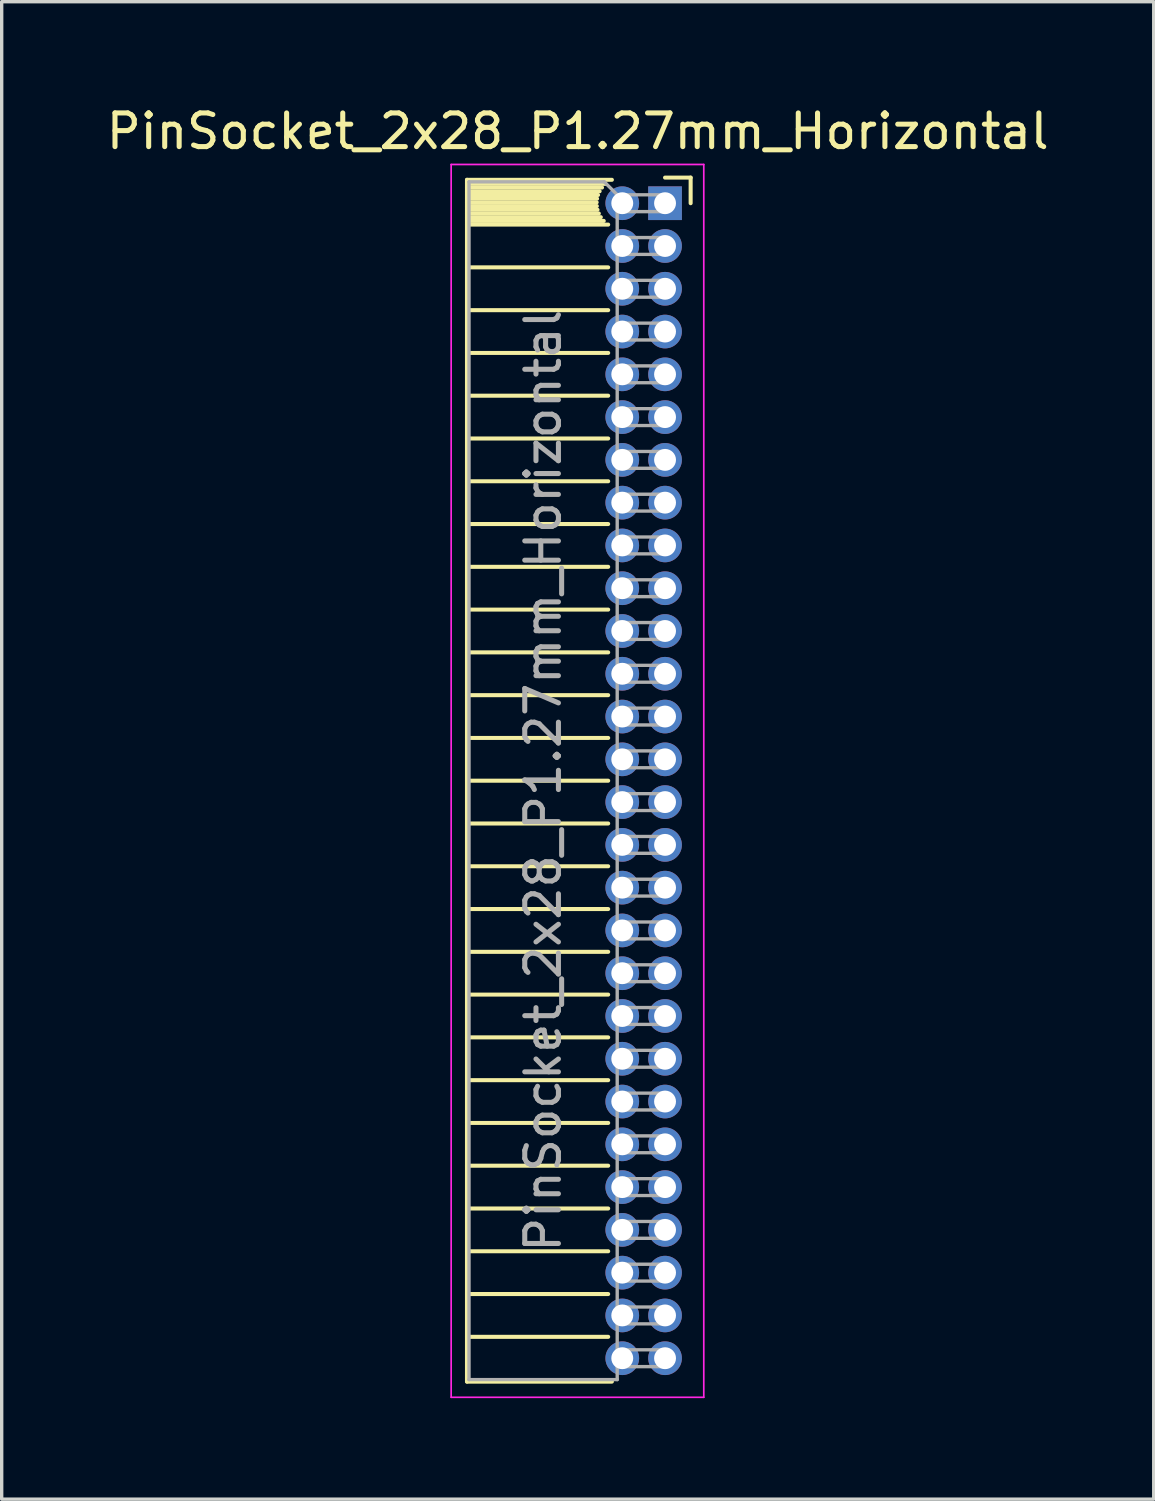
<source format=kicad_pcb>
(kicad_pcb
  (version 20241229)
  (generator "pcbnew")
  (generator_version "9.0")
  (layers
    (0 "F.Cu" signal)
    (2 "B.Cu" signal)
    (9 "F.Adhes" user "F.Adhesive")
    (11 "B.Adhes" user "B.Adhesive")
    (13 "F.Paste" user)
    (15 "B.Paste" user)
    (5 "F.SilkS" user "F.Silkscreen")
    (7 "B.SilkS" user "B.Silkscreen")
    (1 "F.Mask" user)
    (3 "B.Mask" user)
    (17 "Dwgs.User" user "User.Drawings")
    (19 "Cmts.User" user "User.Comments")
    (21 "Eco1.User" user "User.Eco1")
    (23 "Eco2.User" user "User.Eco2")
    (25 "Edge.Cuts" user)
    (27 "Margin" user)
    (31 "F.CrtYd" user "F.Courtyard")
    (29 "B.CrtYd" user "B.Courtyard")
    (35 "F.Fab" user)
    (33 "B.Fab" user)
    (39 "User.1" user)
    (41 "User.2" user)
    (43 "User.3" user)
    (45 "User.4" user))
  (footprint "PinSocket_2x28_P1.27mm_Horizontal"
    (layer "F.Cu")
    (at 16.694 2.983)
    (property "Reference" "PinSocket_2x28_P1.27mm_Horizontal" (at -2.592 -2.135 0) (layer "F.SilkS") (effects (font (size 1 1) (thickness 0.15))))
    (attr through_hole)
    (fp_line (start -5.88 -0.695) (end -5.88 34.985) (stroke (width 0.12) (type solid)) (layer "F.SilkS"))
    (fp_line (start -5.88 -0.695) (end -1.578 -0.695) (stroke (width 0.12) (type solid)) (layer "F.SilkS"))
    (fp_line (start -5.88 -0.575) (end -1.767 -0.575) (stroke (width 0.12) (type solid)) (layer "F.SilkS"))
    (fp_line (start -5.88 -0.465) (end -1.871 -0.465) (stroke (width 0.12) (type solid)) (layer "F.SilkS"))
    (fp_line (start -5.88 -0.355) (end -1.942 -0.355) (stroke (width 0.12) (type solid)) (layer "F.SilkS"))
    (fp_line (start -5.88 -0.245) (end -1.989 -0.245) (stroke (width 0.12) (type solid)) (layer "F.SilkS"))
    (fp_line (start -5.88 -0.135) (end -2.018 -0.135) (stroke (width 0.12) (type solid)) (layer "F.SilkS"))
    (fp_line (start -5.88 -0.025) (end -2.03 -0.025) (stroke (width 0.12) (type solid)) (layer "F.SilkS"))
    (fp_line (start -5.88 0.085) (end -2.025 0.085) (stroke (width 0.12) (type solid)) (layer "F.SilkS"))
    (fp_line (start -5.88 0.195) (end -2.005 0.195) (stroke (width 0.12) (type solid)) (layer "F.SilkS"))
    (fp_line (start -5.88 0.305) (end -1.966 0.305) (stroke (width 0.12) (type solid)) (layer "F.SilkS"))
    (fp_line (start -5.88 0.415) (end -1.907 0.415) (stroke (width 0.12) (type solid)) (layer "F.SilkS"))
    (fp_line (start -5.88 0.525) (end -1.82 0.525) (stroke (width 0.12) (type solid)) (layer "F.SilkS"))
    (fp_line (start -5.88 0.635) (end -1.688 0.635) (stroke (width 0.12) (type solid)) (layer "F.SilkS"))
    (fp_line (start -5.88 1.905) (end -1.688 1.905) (stroke (width 0.12) (type solid)) (layer "F.SilkS"))
    (fp_line (start -5.88 3.175) (end -1.688 3.175) (stroke (width 0.12) (type solid)) (layer "F.SilkS"))
    (fp_line (start -5.88 4.445) (end -1.688 4.445) (stroke (width 0.12) (type solid)) (layer "F.SilkS"))
    (fp_line (start -5.88 5.715) (end -1.688 5.715) (stroke (width 0.12) (type solid)) (layer "F.SilkS"))
    (fp_line (start -5.88 6.985) (end -1.688 6.985) (stroke (width 0.12) (type solid)) (layer "F.SilkS"))
    (fp_line (start -5.88 8.255) (end -1.688 8.255) (stroke (width 0.12) (type solid)) (layer "F.SilkS"))
    (fp_line (start -5.88 9.525) (end -1.688 9.525) (stroke (width 0.12) (type solid)) (layer "F.SilkS"))
    (fp_line (start -5.88 10.795) (end -1.688 10.795) (stroke (width 0.12) (type solid)) (layer "F.SilkS"))
    (fp_line (start -5.88 12.065) (end -1.688 12.065) (stroke (width 0.12) (type solid)) (layer "F.SilkS"))
    (fp_line (start -5.88 13.335) (end -1.688 13.335) (stroke (width 0.12) (type solid)) (layer "F.SilkS"))
    (fp_line (start -5.88 14.605) (end -1.688 14.605) (stroke (width 0.12) (type solid)) (layer "F.SilkS"))
    (fp_line (start -5.88 15.875) (end -1.688 15.875) (stroke (width 0.12) (type solid)) (layer "F.SilkS"))
    (fp_line (start -5.88 17.145) (end -1.688 17.145) (stroke (width 0.12) (type solid)) (layer "F.SilkS"))
    (fp_line (start -5.88 18.415) (end -1.688 18.415) (stroke (width 0.12) (type solid)) (layer "F.SilkS"))
    (fp_line (start -5.88 19.685) (end -1.688 19.685) (stroke (width 0.12) (type solid)) (layer "F.SilkS"))
    (fp_line (start -5.88 20.955) (end -1.688 20.955) (stroke (width 0.12) (type solid)) (layer "F.SilkS"))
    (fp_line (start -5.88 22.225) (end -1.688 22.225) (stroke (width 0.12) (type solid)) (layer "F.SilkS"))
    (fp_line (start -5.88 23.495) (end -1.688 23.495) (stroke (width 0.12) (type solid)) (layer "F.SilkS"))
    (fp_line (start -5.88 24.765) (end -1.688 24.765) (stroke (width 0.12) (type solid)) (layer "F.SilkS"))
    (fp_line (start -5.88 26.035) (end -1.688 26.035) (stroke (width 0.12) (type solid)) (layer "F.SilkS"))
    (fp_line (start -5.88 27.305) (end -1.688 27.305) (stroke (width 0.12) (type solid)) (layer "F.SilkS"))
    (fp_line (start -5.88 28.575) (end -1.688 28.575) (stroke (width 0.12) (type solid)) (layer "F.SilkS"))
    (fp_line (start -5.88 29.845) (end -1.688 29.845) (stroke (width 0.12) (type solid)) (layer "F.SilkS"))
    (fp_line (start -5.88 31.115) (end -1.688 31.115) (stroke (width 0.12) (type solid)) (layer "F.SilkS"))
    (fp_line (start -5.88 32.385) (end -1.688 32.385) (stroke (width 0.12) (type solid)) (layer "F.SilkS"))
    (fp_line (start -5.88 33.655) (end -1.688 33.655) (stroke (width 0.12) (type solid)) (layer "F.SilkS"))
    (fp_line (start -5.88 34.985) (end -1.578 34.985) (stroke (width 0.12) (type solid)) (layer "F.SilkS"))
    (fp_line (start 0 -0.76) (end 0.76 -0.76) (stroke (width 0.12) (type solid)) (layer "F.SilkS"))
    (fp_line (start 0.76 -0.76) (end 0.76 0) (stroke (width 0.12) (type solid)) (layer "F.SilkS"))
    (fp_line (start -6.35 -1.15) (end -6.35 35.45) (stroke (width 0.05) (type solid)) (layer "F.CrtYd"))
    (fp_line (start -6.35 35.45) (end 1.15 35.45) (stroke (width 0.05) (type solid)) (layer "F.CrtYd"))
    (fp_line (start 1.15 -1.15) (end -6.35 -1.15) (stroke (width 0.05) (type solid)) (layer "F.CrtYd"))
    (fp_line (start 1.15 35.45) (end 1.15 -1.15) (stroke (width 0.05) (type solid)) (layer "F.CrtYd"))
    (fp_line (start -5.82 -0.635) (end -1.805 -0.635) (stroke (width 0.1) (type solid)) (layer "F.Fab"))
    (fp_line (start -5.82 34.925) (end -5.82 -0.635) (stroke (width 0.1) (type solid)) (layer "F.Fab"))
    (fp_line (start -1.805 -0.635) (end -1.42 -0.25) (stroke (width 0.1) (type solid)) (layer "F.Fab"))
    (fp_line (start -1.42 -0.25) (end -1.42 34.925) (stroke (width 0.1) (type solid)) (layer "F.Fab"))
    (fp_line (start -1.42 0.25) (end 0 0.25) (stroke (width 0.1) (type solid)) (layer "F.Fab"))
    (fp_line (start -1.42 1.52) (end 0 1.52) (stroke (width 0.1) (type solid)) (layer "F.Fab"))
    (fp_line (start -1.42 2.79) (end 0 2.79) (stroke (width 0.1) (type solid)) (layer "F.Fab"))
    (fp_line (start -1.42 4.06) (end 0 4.06) (stroke (width 0.1) (type solid)) (layer "F.Fab"))
    (fp_line (start -1.42 5.33) (end 0 5.33) (stroke (width 0.1) (type solid)) (layer "F.Fab"))
    (fp_line (start -1.42 6.6) (end 0 6.6) (stroke (width 0.1) (type solid)) (layer "F.Fab"))
    (fp_line (start -1.42 7.87) (end 0 7.87) (stroke (width 0.1) (type solid)) (layer "F.Fab"))
    (fp_line (start -1.42 9.14) (end 0 9.14) (stroke (width 0.1) (type solid)) (layer "F.Fab"))
    (fp_line (start -1.42 10.41) (end 0 10.41) (stroke (width 0.1) (type solid)) (layer "F.Fab"))
    (fp_line (start -1.42 11.68) (end 0 11.68) (stroke (width 0.1) (type solid)) (layer "F.Fab"))
    (fp_line (start -1.42 12.95) (end 0 12.95) (stroke (width 0.1) (type solid)) (layer "F.Fab"))
    (fp_line (start -1.42 14.22) (end 0 14.22) (stroke (width 0.1) (type solid)) (layer "F.Fab"))
    (fp_line (start -1.42 15.49) (end 0 15.49) (stroke (width 0.1) (type solid)) (layer "F.Fab"))
    (fp_line (start -1.42 16.76) (end 0 16.76) (stroke (width 0.1) (type solid)) (layer "F.Fab"))
    (fp_line (start -1.42 18.03) (end 0 18.03) (stroke (width 0.1) (type solid)) (layer "F.Fab"))
    (fp_line (start -1.42 19.3) (end 0 19.3) (stroke (width 0.1) (type solid)) (layer "F.Fab"))
    (fp_line (start -1.42 20.57) (end 0 20.57) (stroke (width 0.1) (type solid)) (layer "F.Fab"))
    (fp_line (start -1.42 21.84) (end 0 21.84) (stroke (width 0.1) (type solid)) (layer "F.Fab"))
    (fp_line (start -1.42 23.11) (end 0 23.11) (stroke (width 0.1) (type solid)) (layer "F.Fab"))
    (fp_line (start -1.42 24.38) (end 0 24.38) (stroke (width 0.1) (type solid)) (layer "F.Fab"))
    (fp_line (start -1.42 25.65) (end 0 25.65) (stroke (width 0.1) (type solid)) (layer "F.Fab"))
    (fp_line (start -1.42 26.92) (end 0 26.92) (stroke (width 0.1) (type solid)) (layer "F.Fab"))
    (fp_line (start -1.42 28.19) (end 0 28.19) (stroke (width 0.1) (type solid)) (layer "F.Fab"))
    (fp_line (start -1.42 29.46) (end 0 29.46) (stroke (width 0.1) (type solid)) (layer "F.Fab"))
    (fp_line (start -1.42 30.73) (end 0 30.73) (stroke (width 0.1) (type solid)) (layer "F.Fab"))
    (fp_line (start -1.42 32) (end 0 32) (stroke (width 0.1) (type solid)) (layer "F.Fab"))
    (fp_line (start -1.42 33.27) (end 0 33.27) (stroke (width 0.1) (type solid)) (layer "F.Fab"))
    (fp_line (start -1.42 34.54) (end 0 34.54) (stroke (width 0.1) (type solid)) (layer "F.Fab"))
    (fp_line (start -1.42 34.925) (end -5.82 34.925) (stroke (width 0.1) (type solid)) (layer "F.Fab"))
    (fp_line (start 0 -0.25) (end -1.42 -0.25) (stroke (width 0.1) (type solid)) (layer "F.Fab"))
    (fp_line (start 0 0.25) (end 0 -0.25) (stroke (width 0.1) (type solid)) (layer "F.Fab"))
    (fp_line (start 0 1.02) (end -1.42 1.02) (stroke (width 0.1) (type solid)) (layer "F.Fab"))
    (fp_line (start 0 1.52) (end 0 1.02) (stroke (width 0.1) (type solid)) (layer "F.Fab"))
    (fp_line (start 0 2.29) (end -1.42 2.29) (stroke (width 0.1) (type solid)) (layer "F.Fab"))
    (fp_line (start 0 2.79) (end 0 2.29) (stroke (width 0.1) (type solid)) (layer "F.Fab"))
    (fp_line (start 0 3.56) (end -1.42 3.56) (stroke (width 0.1) (type solid)) (layer "F.Fab"))
    (fp_line (start 0 4.06) (end 0 3.56) (stroke (width 0.1) (type solid)) (layer "F.Fab"))
    (fp_line (start 0 4.83) (end -1.42 4.83) (stroke (width 0.1) (type solid)) (layer "F.Fab"))
    (fp_line (start 0 5.33) (end 0 4.83) (stroke (width 0.1) (type solid)) (layer "F.Fab"))
    (fp_line (start 0 6.1) (end -1.42 6.1) (stroke (width 0.1) (type solid)) (layer "F.Fab"))
    (fp_line (start 0 6.6) (end 0 6.1) (stroke (width 0.1) (type solid)) (layer "F.Fab"))
    (fp_line (start 0 7.37) (end -1.42 7.37) (stroke (width 0.1) (type solid)) (layer "F.Fab"))
    (fp_line (start 0 7.87) (end 0 7.37) (stroke (width 0.1) (type solid)) (layer "F.Fab"))
    (fp_line (start 0 8.64) (end -1.42 8.64) (stroke (width 0.1) (type solid)) (layer "F.Fab"))
    (fp_line (start 0 9.14) (end 0 8.64) (stroke (width 0.1) (type solid)) (layer "F.Fab"))
    (fp_line (start 0 9.91) (end -1.42 9.91) (stroke (width 0.1) (type solid)) (layer "F.Fab"))
    (fp_line (start 0 10.41) (end 0 9.91) (stroke (width 0.1) (type solid)) (layer "F.Fab"))
    (fp_line (start 0 11.18) (end -1.42 11.18) (stroke (width 0.1) (type solid)) (layer "F.Fab"))
    (fp_line (start 0 11.68) (end 0 11.18) (stroke (width 0.1) (type solid)) (layer "F.Fab"))
    (fp_line (start 0 12.45) (end -1.42 12.45) (stroke (width 0.1) (type solid)) (layer "F.Fab"))
    (fp_line (start 0 12.95) (end 0 12.45) (stroke (width 0.1) (type solid)) (layer "F.Fab"))
    (fp_line (start 0 13.72) (end -1.42 13.72) (stroke (width 0.1) (type solid)) (layer "F.Fab"))
    (fp_line (start 0 14.22) (end 0 13.72) (stroke (width 0.1) (type solid)) (layer "F.Fab"))
    (fp_line (start 0 14.99) (end -1.42 14.99) (stroke (width 0.1) (type solid)) (layer "F.Fab"))
    (fp_line (start 0 15.49) (end 0 14.99) (stroke (width 0.1) (type solid)) (layer "F.Fab"))
    (fp_line (start 0 16.26) (end -1.42 16.26) (stroke (width 0.1) (type solid)) (layer "F.Fab"))
    (fp_line (start 0 16.76) (end 0 16.26) (stroke (width 0.1) (type solid)) (layer "F.Fab"))
    (fp_line (start 0 17.53) (end -1.42 17.53) (stroke (width 0.1) (type solid)) (layer "F.Fab"))
    (fp_line (start 0 18.03) (end 0 17.53) (stroke (width 0.1) (type solid)) (layer "F.Fab"))
    (fp_line (start 0 18.8) (end -1.42 18.8) (stroke (width 0.1) (type solid)) (layer "F.Fab"))
    (fp_line (start 0 19.3) (end 0 18.8) (stroke (width 0.1) (type solid)) (layer "F.Fab"))
    (fp_line (start 0 20.07) (end -1.42 20.07) (stroke (width 0.1) (type solid)) (layer "F.Fab"))
    (fp_line (start 0 20.57) (end 0 20.07) (stroke (width 0.1) (type solid)) (layer "F.Fab"))
    (fp_line (start 0 21.34) (end -1.42 21.34) (stroke (width 0.1) (type solid)) (layer "F.Fab"))
    (fp_line (start 0 21.84) (end 0 21.34) (stroke (width 0.1) (type solid)) (layer "F.Fab"))
    (fp_line (start 0 22.61) (end -1.42 22.61) (stroke (width 0.1) (type solid)) (layer "F.Fab"))
    (fp_line (start 0 23.11) (end 0 22.61) (stroke (width 0.1) (type solid)) (layer "F.Fab"))
    (fp_line (start 0 23.88) (end -1.42 23.88) (stroke (width 0.1) (type solid)) (layer "F.Fab"))
    (fp_line (start 0 24.38) (end 0 23.88) (stroke (width 0.1) (type solid)) (layer "F.Fab"))
    (fp_line (start 0 25.15) (end -1.42 25.15) (stroke (width 0.1) (type solid)) (layer "F.Fab"))
    (fp_line (start 0 25.65) (end 0 25.15) (stroke (width 0.1) (type solid)) (layer "F.Fab"))
    (fp_line (start 0 26.42) (end -1.42 26.42) (stroke (width 0.1) (type solid)) (layer "F.Fab"))
    (fp_line (start 0 26.92) (end 0 26.42) (stroke (width 0.1) (type solid)) (layer "F.Fab"))
    (fp_line (start 0 27.69) (end -1.42 27.69) (stroke (width 0.1) (type solid)) (layer "F.Fab"))
    (fp_line (start 0 28.19) (end 0 27.69) (stroke (width 0.1) (type solid)) (layer "F.Fab"))
    (fp_line (start 0 28.96) (end -1.42 28.96) (stroke (width 0.1) (type solid)) (layer "F.Fab"))
    (fp_line (start 0 29.46) (end 0 28.96) (stroke (width 0.1) (type solid)) (layer "F.Fab"))
    (fp_line (start 0 30.23) (end -1.42 30.23) (stroke (width 0.1) (type solid)) (layer "F.Fab"))
    (fp_line (start 0 30.73) (end 0 30.23) (stroke (width 0.1) (type solid)) (layer "F.Fab"))
    (fp_line (start 0 31.5) (end -1.42 31.5) (stroke (width 0.1) (type solid)) (layer "F.Fab"))
    (fp_line (start 0 32) (end 0 31.5) (stroke (width 0.1) (type solid)) (layer "F.Fab"))
    (fp_line (start 0 32.77) (end -1.42 32.77) (stroke (width 0.1) (type solid)) (layer "F.Fab"))
    (fp_line (start 0 33.27) (end 0 32.77) (stroke (width 0.1) (type solid)) (layer "F.Fab"))
    (fp_line (start 0 34.04) (end -1.42 34.04) (stroke (width 0.1) (type solid)) (layer "F.Fab"))
    (fp_line (start 0 34.54) (end 0 34.04) (stroke (width 0.1) (type solid)) (layer "F.Fab"))
    (fp_text user "${REFERENCE}" (at -3.62 17.145 90) (layer "F.Fab") (effects (font (size 1 1) (thickness 0.15))))
    (pad "1" thru_hole rect (at 0 0) (size 1 1) (drill 0.65) (layers "*.Cu" "*.Mask"))
    (pad "2" thru_hole circle (at -1.27 0) (size 1 1) (drill 0.65) (layers "*.Cu" "*.Mask"))
    (pad "3" thru_hole circle (at 0 1.27) (size 1 1) (drill 0.65) (layers "*.Cu" "*.Mask"))
    (pad "4" thru_hole circle (at -1.27 1.27) (size 1 1) (drill 0.65) (layers "*.Cu" "*.Mask"))
    (pad "5" thru_hole circle (at 0 2.54) (size 1 1) (drill 0.65) (layers "*.Cu" "*.Mask"))
    (pad "6" thru_hole circle (at -1.27 2.54) (size 1 1) (drill 0.65) (layers "*.Cu" "*.Mask"))
    (pad "7" thru_hole circle (at 0 3.81) (size 1 1) (drill 0.65) (layers "*.Cu" "*.Mask"))
    (pad "8" thru_hole circle (at -1.27 3.81) (size 1 1) (drill 0.65) (layers "*.Cu" "*.Mask"))
    (pad "9" thru_hole circle (at 0 5.08) (size 1 1) (drill 0.65) (layers "*.Cu" "*.Mask"))
    (pad "10" thru_hole circle (at -1.27 5.08) (size 1 1) (drill 0.65) (layers "*.Cu" "*.Mask"))
    (pad "11" thru_hole circle (at 0 6.35) (size 1 1) (drill 0.65) (layers "*.Cu" "*.Mask"))
    (pad "12" thru_hole circle (at -1.27 6.35) (size 1 1) (drill 0.65) (layers "*.Cu" "*.Mask"))
    (pad "13" thru_hole circle (at 0 7.62) (size 1 1) (drill 0.65) (layers "*.Cu" "*.Mask"))
    (pad "14" thru_hole circle (at -1.27 7.62) (size 1 1) (drill 0.65) (layers "*.Cu" "*.Mask"))
    (pad "15" thru_hole circle (at 0 8.89) (size 1 1) (drill 0.65) (layers "*.Cu" "*.Mask"))
    (pad "16" thru_hole circle (at -1.27 8.89) (size 1 1) (drill 0.65) (layers "*.Cu" "*.Mask"))
    (pad "17" thru_hole circle (at 0 10.16) (size 1 1) (drill 0.65) (layers "*.Cu" "*.Mask"))
    (pad "18" thru_hole circle (at -1.27 10.16) (size 1 1) (drill 0.65) (layers "*.Cu" "*.Mask"))
    (pad "19" thru_hole circle (at 0 11.43) (size 1 1) (drill 0.65) (layers "*.Cu" "*.Mask"))
    (pad "20" thru_hole circle (at -1.27 11.43) (size 1 1) (drill 0.65) (layers "*.Cu" "*.Mask"))
    (pad "21" thru_hole circle (at 0 12.7) (size 1 1) (drill 0.65) (layers "*.Cu" "*.Mask"))
    (pad "22" thru_hole circle (at -1.27 12.7) (size 1 1) (drill 0.65) (layers "*.Cu" "*.Mask"))
    (pad "23" thru_hole circle (at 0 13.97) (size 1 1) (drill 0.65) (layers "*.Cu" "*.Mask"))
    (pad "24" thru_hole circle (at -1.27 13.97) (size 1 1) (drill 0.65) (layers "*.Cu" "*.Mask"))
    (pad "25" thru_hole circle (at 0 15.24) (size 1 1) (drill 0.65) (layers "*.Cu" "*.Mask"))
    (pad "26" thru_hole circle (at -1.27 15.24) (size 1 1) (drill 0.65) (layers "*.Cu" "*.Mask"))
    (pad "27" thru_hole circle (at 0 16.51) (size 1 1) (drill 0.65) (layers "*.Cu" "*.Mask"))
    (pad "28" thru_hole circle (at -1.27 16.51) (size 1 1) (drill 0.65) (layers "*.Cu" "*.Mask"))
    (pad "29" thru_hole circle (at 0 17.78) (size 1 1) (drill 0.65) (layers "*.Cu" "*.Mask"))
    (pad "30" thru_hole circle (at -1.27 17.78) (size 1 1) (drill 0.65) (layers "*.Cu" "*.Mask"))
    (pad "31" thru_hole circle (at 0 19.05) (size 1 1) (drill 0.65) (layers "*.Cu" "*.Mask"))
    (pad "32" thru_hole circle (at -1.27 19.05) (size 1 1) (drill 0.65) (layers "*.Cu" "*.Mask"))
    (pad "33" thru_hole circle (at 0 20.32) (size 1 1) (drill 0.65) (layers "*.Cu" "*.Mask"))
    (pad "34" thru_hole circle (at -1.27 20.32) (size 1 1) (drill 0.65) (layers "*.Cu" "*.Mask"))
    (pad "35" thru_hole circle (at 0 21.59) (size 1 1) (drill 0.65) (layers "*.Cu" "*.Mask"))
    (pad "36" thru_hole circle (at -1.27 21.59) (size 1 1) (drill 0.65) (layers "*.Cu" "*.Mask"))
    (pad "37" thru_hole circle (at 0 22.86) (size 1 1) (drill 0.65) (layers "*.Cu" "*.Mask"))
    (pad "38" thru_hole circle (at -1.27 22.86) (size 1 1) (drill 0.65) (layers "*.Cu" "*.Mask"))
    (pad "39" thru_hole circle (at 0 24.13) (size 1 1) (drill 0.65) (layers "*.Cu" "*.Mask"))
    (pad "40" thru_hole circle (at -1.27 24.13) (size 1 1) (drill 0.65) (layers "*.Cu" "*.Mask"))
    (pad "41" thru_hole circle (at 0 25.4) (size 1 1) (drill 0.65) (layers "*.Cu" "*.Mask"))
    (pad "42" thru_hole circle (at -1.27 25.4) (size 1 1) (drill 0.65) (layers "*.Cu" "*.Mask"))
    (pad "43" thru_hole circle (at 0 26.67) (size 1 1) (drill 0.65) (layers "*.Cu" "*.Mask"))
    (pad "44" thru_hole circle (at -1.27 26.67) (size 1 1) (drill 0.65) (layers "*.Cu" "*.Mask"))
    (pad "45" thru_hole circle (at 0 27.94) (size 1 1) (drill 0.65) (layers "*.Cu" "*.Mask"))
    (pad "46" thru_hole circle (at -1.27 27.94) (size 1 1) (drill 0.65) (layers "*.Cu" "*.Mask"))
    (pad "47" thru_hole circle (at 0 29.21) (size 1 1) (drill 0.65) (layers "*.Cu" "*.Mask"))
    (pad "48" thru_hole circle (at -1.27 29.21) (size 1 1) (drill 0.65) (layers "*.Cu" "*.Mask"))
    (pad "49" thru_hole circle (at 0 30.48) (size 1 1) (drill 0.65) (layers "*.Cu" "*.Mask"))
    (pad "50" thru_hole circle (at -1.27 30.48) (size 1 1) (drill 0.65) (layers "*.Cu" "*.Mask"))
    (pad "51" thru_hole circle (at 0 31.75) (size 1 1) (drill 0.65) (layers "*.Cu" "*.Mask"))
    (pad "52" thru_hole circle (at -1.27 31.75) (size 1 1) (drill 0.65) (layers "*.Cu" "*.Mask"))
    (pad "53" thru_hole circle (at 0 33.02) (size 1 1) (drill 0.65) (layers "*.Cu" "*.Mask"))
    (pad "54" thru_hole circle (at -1.27 33.02) (size 1 1) (drill 0.65) (layers "*.Cu" "*.Mask"))
    (pad "55" thru_hole circle (at 0 34.29) (size 1 1) (drill 0.65) (layers "*.Cu" "*.Mask"))
    (pad "56" thru_hole circle (at -1.27 34.29) (size 1 1) (drill 0.65) (layers "*.Cu" "*.Mask")))
  (gr_rect
    (start -3 -3)
    (end 31.202 41.458)
    (stroke (width 0.1) (type default))
    (fill no)
    (layer "Edge.Cuts")))
</source>
